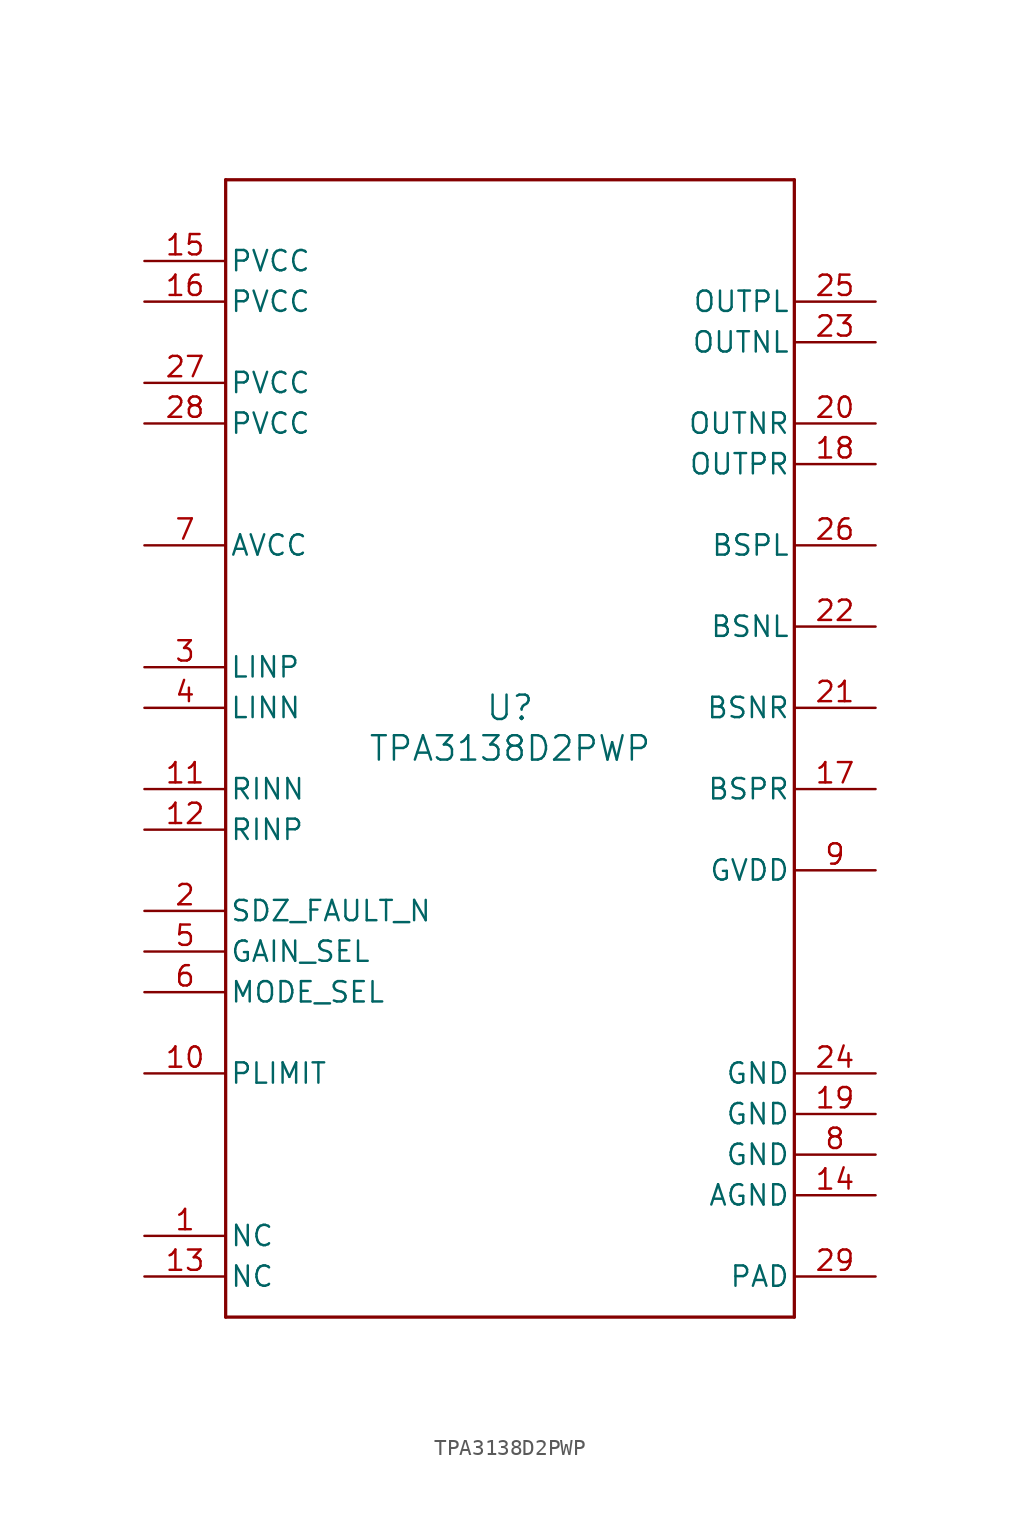
<source format=kicad_sym>
(kicad_symbol_lib
  (version 20211014)
  (generator kicad_symbol_editor)
  (symbol "TPA3138D2PWP"
    (pin_names
      (offset 0.254))
    (property "Reference" "U"
      (at 0 2.54 0)
      (effects (font (size 1.524 1.524))))
    (property "Value" "TPA3138D2PWP"
      (at 0 0 0)
      (effects (font (size 1.524 1.524))))
    (symbol "TPA3138D2PWP_0_1"
      (polyline (pts (xy -17.78 -35.56) (xy 17.78 -35.56)) (stroke (width 0.203) (type default) (color 0 0 0 0)) (fill (type none)))
      (polyline (pts (xy 17.78 -35.56) (xy 17.78 35.56)) (stroke (width 0.203) (type default) (color 0 0 0 0)) (fill (type none)))
      (polyline (pts (xy 17.78 35.56) (xy -17.78 35.56)) (stroke (width 0.203) (type default) (color 0 0 0 0)) (fill (type none)))
      (polyline (pts (xy -17.78 35.56) (xy -17.78 -35.56)) (stroke (width 0.203) (type default) (color 0 0 0 0)) (fill (type none)))
      (pin unspecified line (at -22.86 -30.48 0) (length 5.08) (name "NC" (effects (font (size 1.27 1.27)))) (number "1" (effects (font (size 1.27 1.27)))))
      (pin bidirectional line (at -22.86 -10.16 0) (length 5.08) (name "SDZ_FAULT_N" (effects (font (size 1.27 1.27)))) (number "2" (effects (font (size 1.27 1.27)))))
      (pin input line (at -22.86 5.08 0) (length 5.08) (name "LINP" (effects (font (size 1.27 1.27)))) (number "3" (effects (font (size 1.27 1.27)))))
      (pin input line (at -22.86 2.54 0) (length 5.08) (name "LINN" (effects (font (size 1.27 1.27)))) (number "4" (effects (font (size 1.27 1.27)))))
      (pin input line (at -22.86 -12.7 0) (length 5.08) (name "GAIN_SEL" (effects (font (size 1.27 1.27)))) (number "5" (effects (font (size 1.27 1.27)))))
      (pin input line (at -22.86 -15.24 0) (length 5.08) (name "MODE_SEL" (effects (font (size 1.27 1.27)))) (number "6" (effects (font (size 1.27 1.27)))))
      (pin power_in line (at -22.86 12.7 0) (length 5.08) (name "AVCC" (effects (font (size 1.27 1.27)))) (number "7" (effects (font (size 1.27 1.27)))))
      (pin power_in line (at 22.86 -25.4 180) (length 5.08) (name "GND" (effects (font (size 1.27 1.27)))) (number "8" (effects (font (size 1.27 1.27)))))
      (pin output line (at 22.86 -7.62 180) (length 5.08) (name "GVDD" (effects (font (size 1.27 1.27)))) (number "9" (effects (font (size 1.27 1.27)))))
      (pin input line (at -22.86 -20.32 0) (length 5.08) (name "PLIMIT" (effects (font (size 1.27 1.27)))) (number "10" (effects (font (size 1.27 1.27)))))
      (pin input line (at -22.86 -2.54 0) (length 5.08) (name "RINN" (effects (font (size 1.27 1.27)))) (number "11" (effects (font (size 1.27 1.27)))))
      (pin input line (at -22.86 -5.08 0) (length 5.08) (name "RINP" (effects (font (size 1.27 1.27)))) (number "12" (effects (font (size 1.27 1.27)))))
      (pin unspecified line (at -22.86 -33.02 0) (length 5.08) (name "NC" (effects (font (size 1.27 1.27)))) (number "13" (effects (font (size 1.27 1.27)))))
      (pin power_in line (at 22.86 -27.94 180) (length 5.08) (name "AGND" (effects (font (size 1.27 1.27)))) (number "14" (effects (font (size 1.27 1.27)))))
      (pin power_in line (at -22.86 30.48 0) (length 5.08) (name "PVCC" (effects (font (size 1.27 1.27)))) (number "15" (effects (font (size 1.27 1.27)))))
      (pin power_in line (at -22.86 27.94 0) (length 5.08) (name "PVCC" (effects (font (size 1.27 1.27)))) (number "16" (effects (font (size 1.27 1.27)))))
      (pin input line (at 22.86 -2.54 180) (length 5.08) (name "BSPR" (effects (font (size 1.27 1.27)))) (number "17" (effects (font (size 1.27 1.27)))))
      (pin output line (at 22.86 17.78 180) (length 5.08) (name "OUTPR" (effects (font (size 1.27 1.27)))) (number "18" (effects (font (size 1.27 1.27)))))
      (pin power_in line (at 22.86 -22.86 180) (length 5.08) (name "GND" (effects (font (size 1.27 1.27)))) (number "19" (effects (font (size 1.27 1.27)))))
      (pin output line (at 22.86 20.32 180) (length 5.08) (name "OUTNR" (effects (font (size 1.27 1.27)))) (number "20" (effects (font (size 1.27 1.27)))))
      (pin input line (at 22.86 2.54 180) (length 5.08) (name "BSNR" (effects (font (size 1.27 1.27)))) (number "21" (effects (font (size 1.27 1.27)))))
      (pin input line (at 22.86 7.62 180) (length 5.08) (name "BSNL" (effects (font (size 1.27 1.27)))) (number "22" (effects (font (size 1.27 1.27)))))
      (pin output line (at 22.86 25.4 180) (length 5.08) (name "OUTNL" (effects (font (size 1.27 1.27)))) (number "23" (effects (font (size 1.27 1.27)))))
      (pin power_in line (at 22.86 -20.32 180) (length 5.08) (name "GND" (effects (font (size 1.27 1.27)))) (number "24" (effects (font (size 1.27 1.27)))))
      (pin output line (at 22.86 27.94 180) (length 5.08) (name "OUTPL" (effects (font (size 1.27 1.27)))) (number "25" (effects (font (size 1.27 1.27)))))
      (pin input line (at 22.86 12.7 180) (length 5.08) (name "BSPL" (effects (font (size 1.27 1.27)))) (number "26" (effects (font (size 1.27 1.27)))))
      (pin power_in line (at -22.86 22.86 0) (length 5.08) (name "PVCC" (effects (font (size 1.27 1.27)))) (number "27" (effects (font (size 1.27 1.27)))))
      (pin power_in line (at -22.86 20.32 0) (length 5.08) (name "PVCC" (effects (font (size 1.27 1.27)))) (number "28" (effects (font (size 1.27 1.27)))))
      (pin power_in line (at 22.86 -33.02 180) (length 5.08) (name "PAD" (effects (font (size 1.27 1.27)))) (number "29" (effects (font (size 1.27 1.27))))))))
</source>
